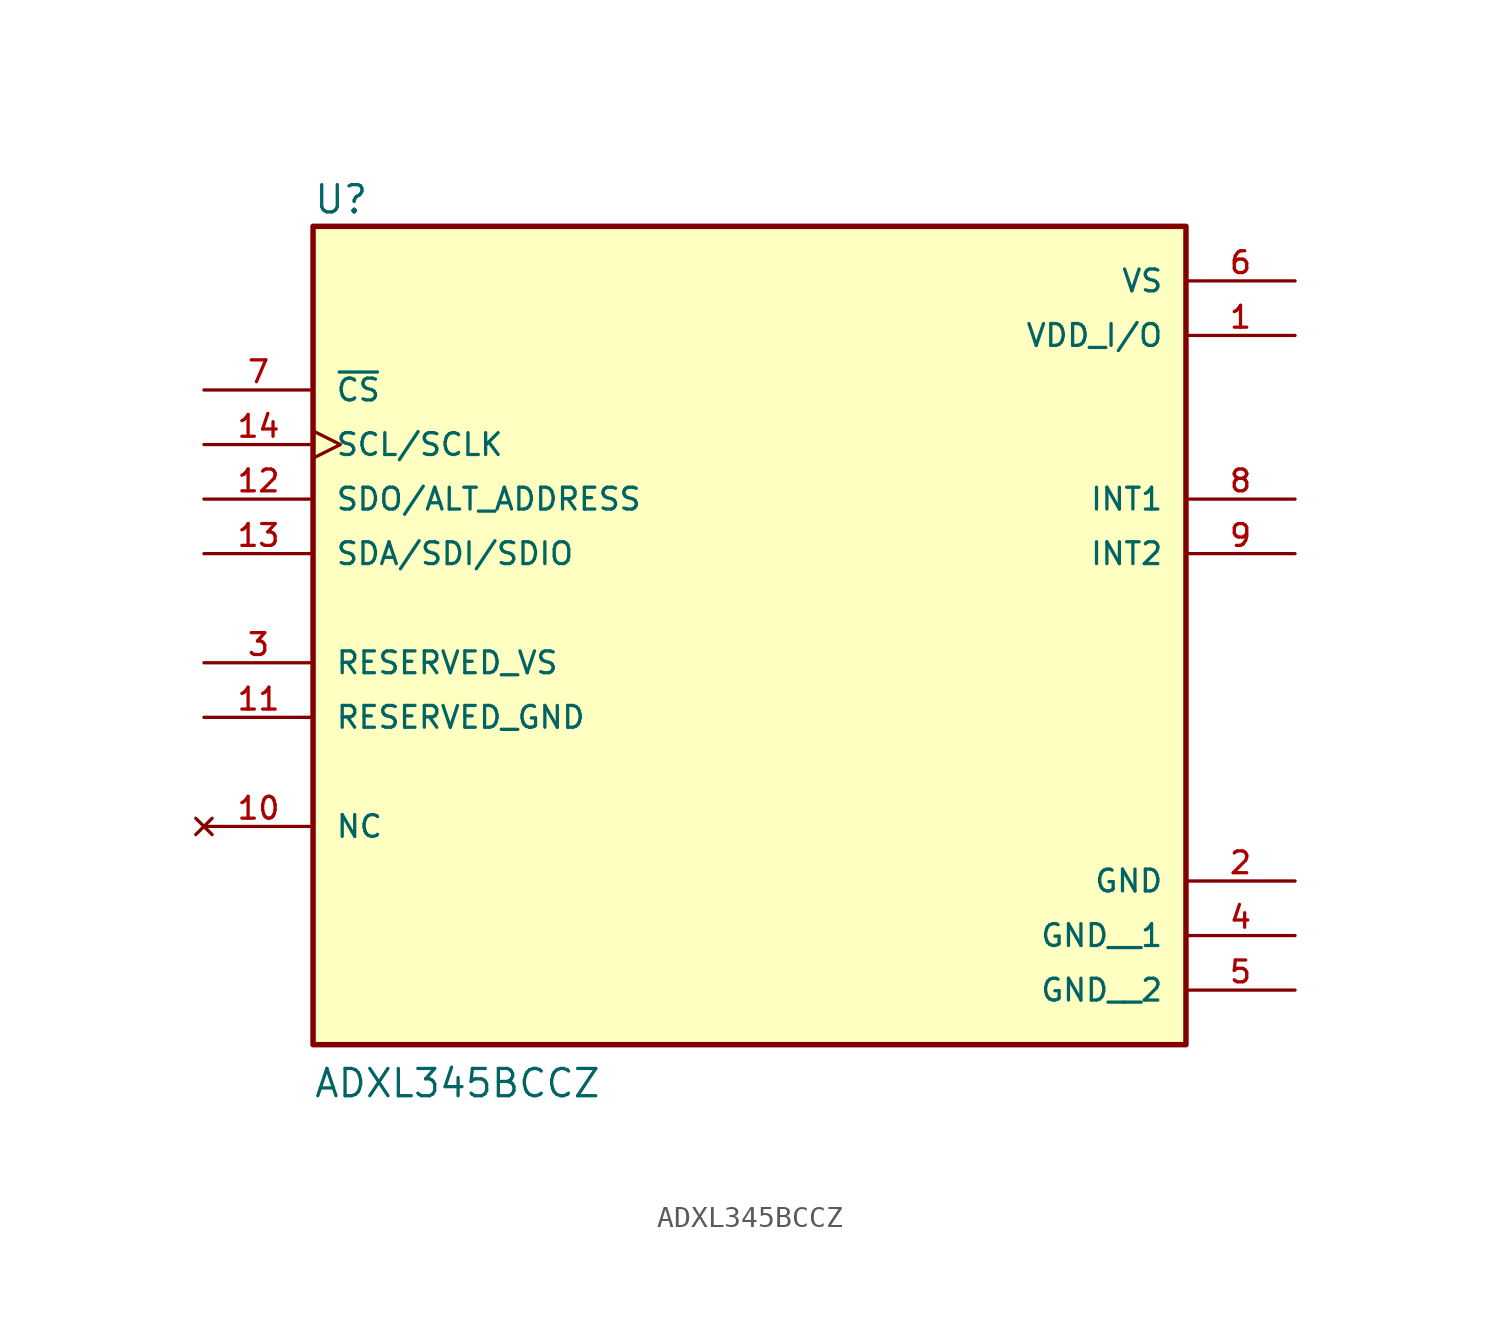
<source format=kicad_sym>
(kicad_symbol_lib
  (version 20211014)
  (generator kicad_symbol_editor)
  (symbol "ADXL345BCCZ"
    (pin_names
      (offset 1.016))
    (property "Reference" "U"
      (at -20.32 15.748 0.0)
      (effects (font (size 1.27 1.27)) (justify bottom left)))
    (property "Value" "ADXL345BCCZ"
      (at -20.32 -25.4 0.0)
      (effects (font (size 1.27 1.27)) (justify bottom left)))
    (symbol "ADXL345BCCZ_0_0"
      (rectangle (start -20.32 -22.86) (end 20.32 15.24) (stroke (width 0.254)) (fill (type background)))
      (pin output line (at 25.4 2.54 180.0) (length 5.08) (name "INT1" (effects (font (size 1.016 1.016)))) (number "8" (effects (font (size 1.016 1.016)))))
      (pin output line (at 25.4 0.0 180.0) (length 5.08) (name "INT2" (effects (font (size 1.016 1.016)))) (number "9" (effects (font (size 1.016 1.016)))))
      (pin input clock (at -25.4 5.08 0) (length 5.08) (name "SCL/SCLK" (effects (font (size 1.016 1.016)))) (number "14" (effects (font (size 1.016 1.016)))))
      (pin input line (at -25.4 7.62 0) (length 5.08) (name "~{CS}" (effects (font (size 1.016 1.016)))) (number "7" (effects (font (size 1.016 1.016)))))
      (pin no_connect line (at -25.4 -12.7 0) (length 5.08) (name "NC" (effects (font (size 1.016 1.016)))) (number "10" (effects (font (size 1.016 1.016)))))
      (pin passive line (at -25.4 -5.08 0) (length 5.08) (name "RESERVED_VS" (effects (font (size 1.016 1.016)))) (number "3" (effects (font (size 1.016 1.016)))))
      (pin bidirectional line (at -25.4 0.0 0) (length 5.08) (name "SDA/SDI/SDIO" (effects (font (size 1.016 1.016)))) (number "13" (effects (font (size 1.016 1.016)))))
      (pin bidirectional line (at -25.4 2.54 0) (length 5.08) (name "SDO/ALT_ADDRESS" (effects (font (size 1.016 1.016)))) (number "12" (effects (font (size 1.016 1.016)))))
      (pin power_in line (at 25.4 12.7 180.0) (length 5.08) (name "VS" (effects (font (size 1.016 1.016)))) (number "6" (effects (font (size 1.016 1.016)))))
      (pin power_in line (at 25.4 10.16 180.0) (length 5.08) (name "VDD_I/O" (effects (font (size 1.016 1.016)))) (number "1" (effects (font (size 1.016 1.016)))))
      (pin power_in line (at 25.4 -15.24 180.0) (length 5.08) (name "GND" (effects (font (size 1.016 1.016)))) (number "2" (effects (font (size 1.016 1.016)))))
      (pin passive line (at -25.4 -7.62 0) (length 5.08) (name "RESERVED_GND" (effects (font (size 1.016 1.016)))) (number "11" (effects (font (size 1.016 1.016)))))
      (pin power_in line (at 25.4 -17.78 180.0) (length 5.08) (name "GND__1" (effects (font (size 1.016 1.016)))) (number "4" (effects (font (size 1.016 1.016)))))
      (pin power_in line (at 25.4 -20.32 180.0) (length 5.08) (name "GND__2" (effects (font (size 1.016 1.016)))) (number "5" (effects (font (size 1.016 1.016))))))))
</source>
